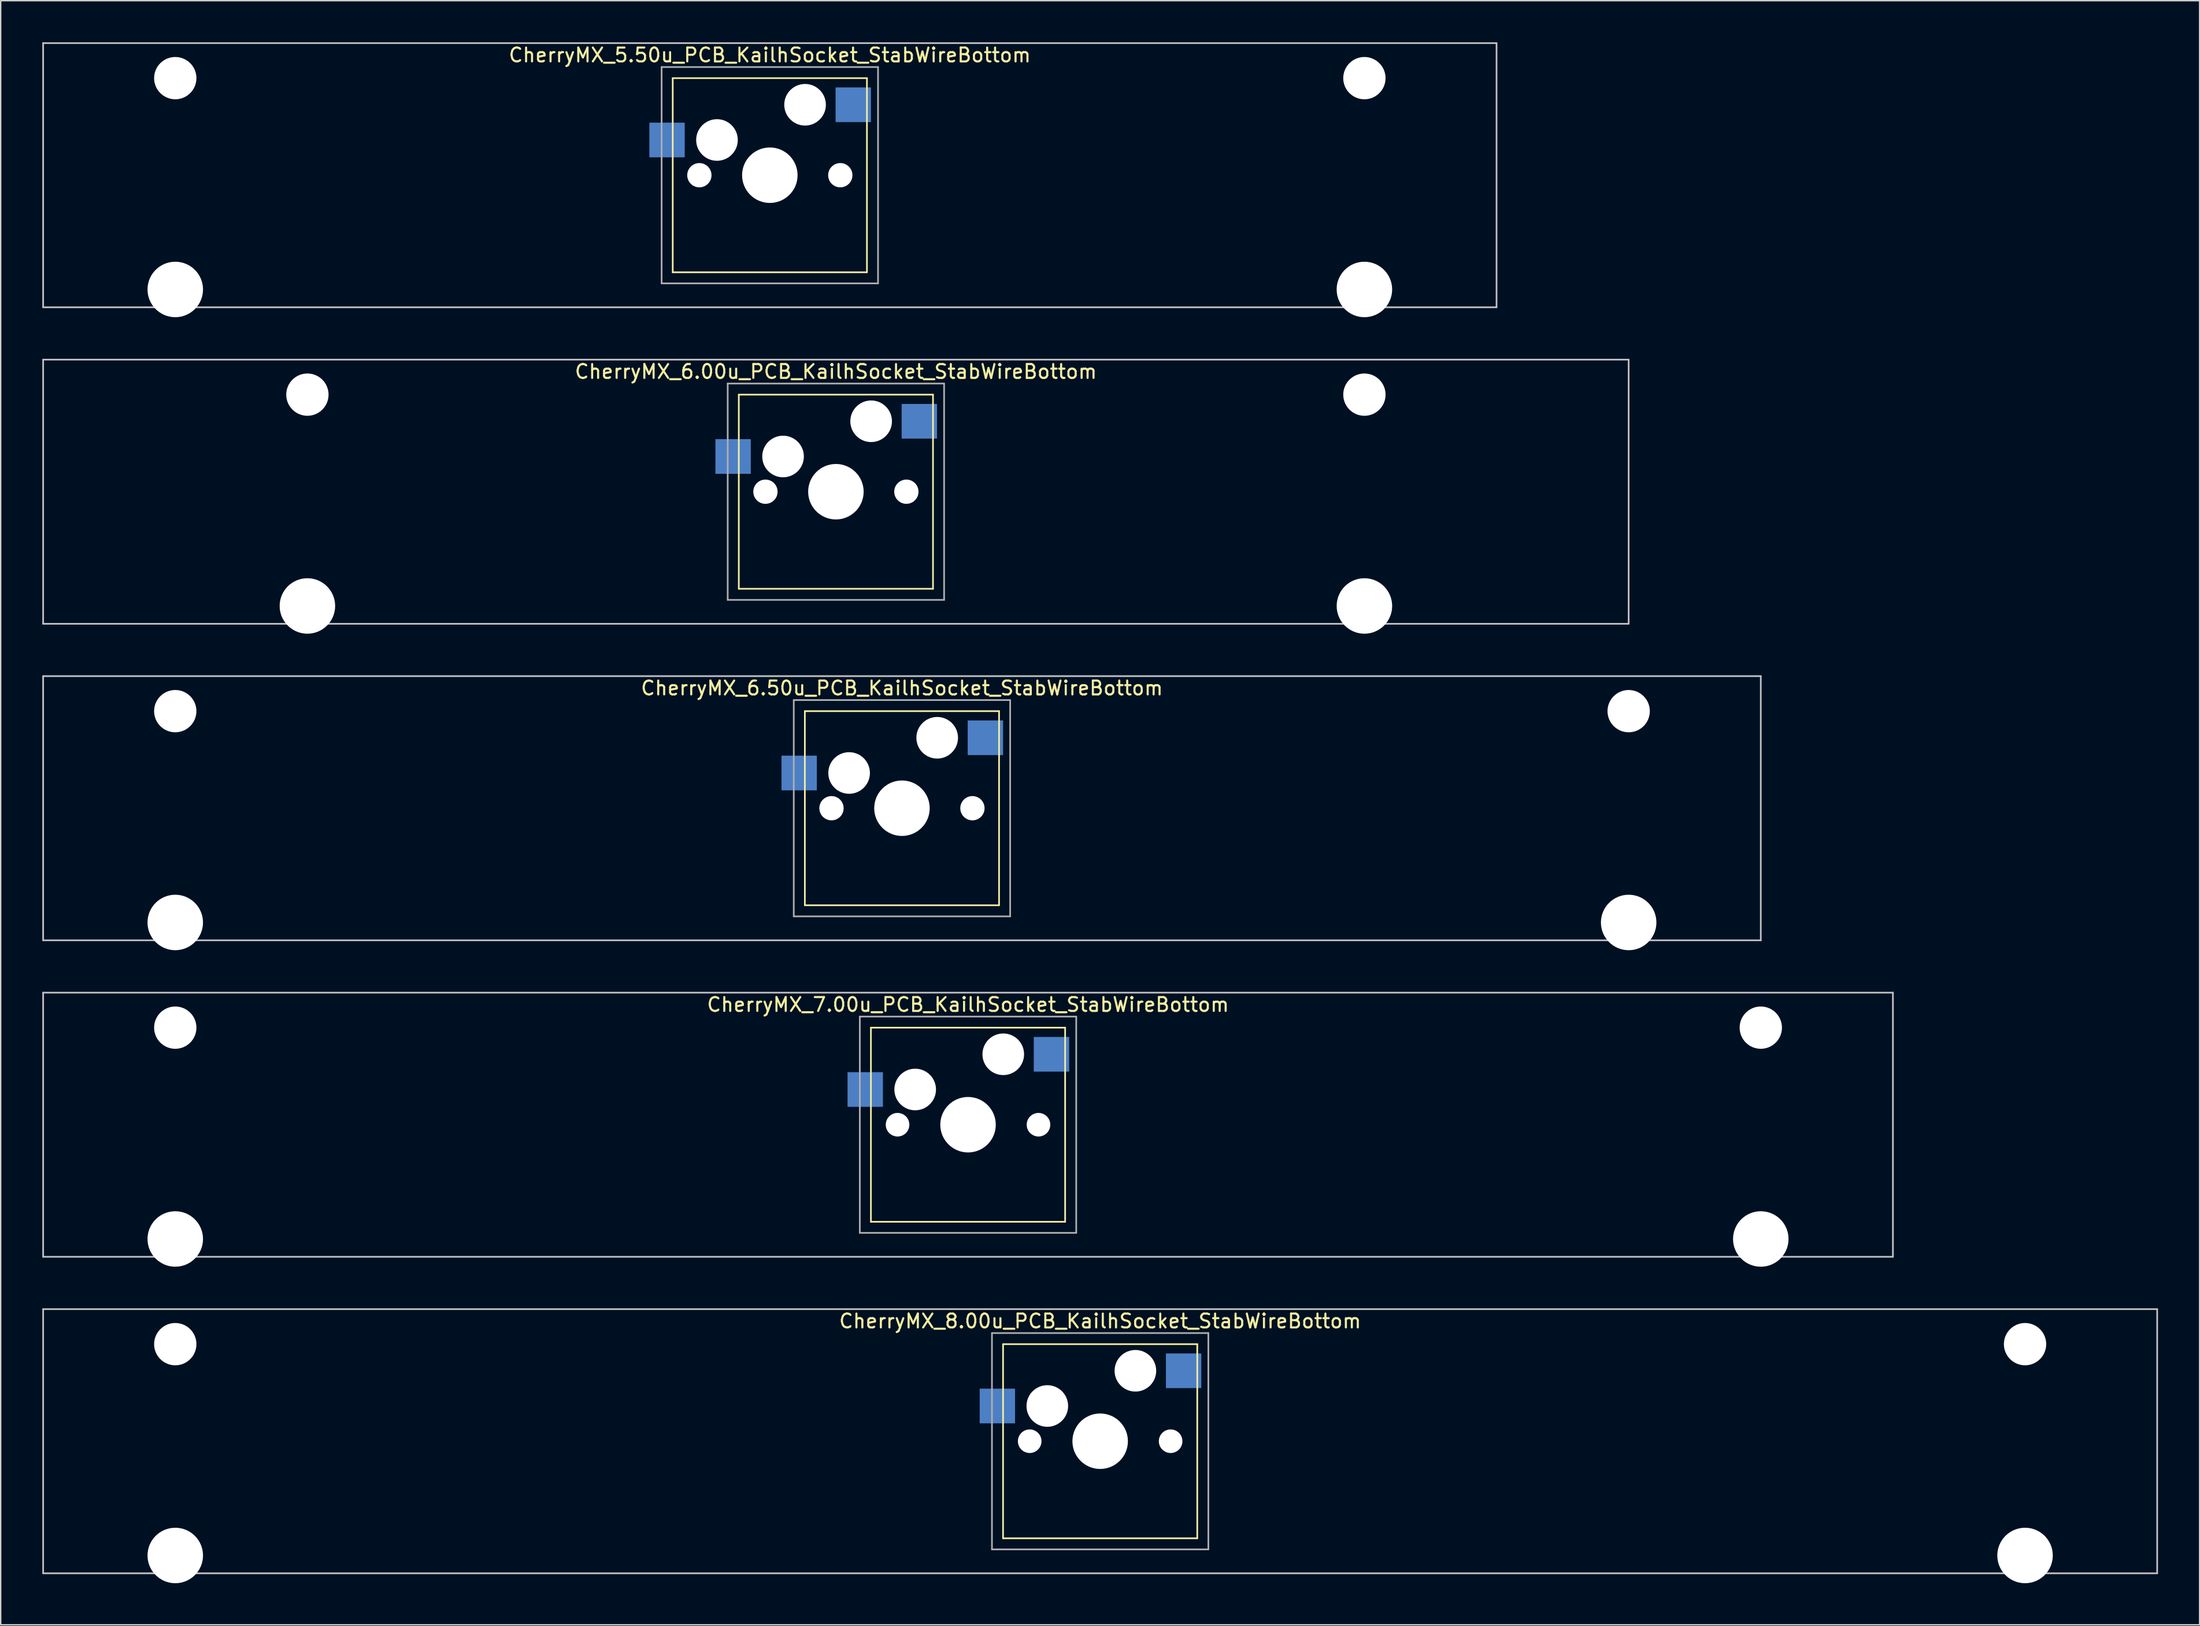
<source format=kicad_pcb>
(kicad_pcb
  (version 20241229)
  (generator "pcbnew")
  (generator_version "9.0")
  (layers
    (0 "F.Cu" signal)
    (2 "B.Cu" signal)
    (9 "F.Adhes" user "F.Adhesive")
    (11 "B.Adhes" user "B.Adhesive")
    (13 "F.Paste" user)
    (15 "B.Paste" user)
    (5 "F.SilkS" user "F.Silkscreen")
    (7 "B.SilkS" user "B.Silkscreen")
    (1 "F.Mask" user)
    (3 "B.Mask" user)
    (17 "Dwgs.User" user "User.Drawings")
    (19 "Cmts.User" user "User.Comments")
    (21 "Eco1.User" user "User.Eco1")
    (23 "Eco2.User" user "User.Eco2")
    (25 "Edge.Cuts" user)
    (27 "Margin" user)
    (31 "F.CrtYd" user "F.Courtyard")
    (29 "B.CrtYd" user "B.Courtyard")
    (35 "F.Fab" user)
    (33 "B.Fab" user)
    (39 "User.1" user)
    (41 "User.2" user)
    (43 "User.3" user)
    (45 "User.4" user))
  (footprint "CherryMX_6.50u_PCB_KailhSocket_StabWireBottom"
    (layer "F.Cu")
    (at 61.972 55.235)
    (property "Reference" "CherryMX_6.50u_PCB_KailhSocket_StabWireBottom" (at 0 -8.662 0) (layer "F.SilkS") (effects (font (size 1 1) (thickness 0.15))))
    (attr through_hole)
    (fp_line (start -7 -7) (end -7 7) (stroke (width 0.12) (type solid)) (layer "F.SilkS"))
    (fp_line (start -7 -7) (end 7 -7) (stroke (width 0.12) (type solid)) (layer "F.SilkS"))
    (fp_line (start 7 -7) (end 7 7) (stroke (width 0.12) (type solid)) (layer "F.SilkS"))
    (fp_line (start 7 7) (end -7 7) (stroke (width 0.12) (type solid)) (layer "F.SilkS"))
    (fp_line (start -61.913 -9.525) (end 61.913 -9.525) (stroke (width 0.12) (type solid)) (layer "Dwgs.User"))
    (fp_line (start -61.913 9.525) (end -61.913 -9.525) (stroke (width 0.12) (type solid)) (layer "Dwgs.User"))
    (fp_line (start 61.913 -9.525) (end 61.913 9.525) (stroke (width 0.12) (type solid)) (layer "Dwgs.User"))
    (fp_line (start 61.913 9.525) (end -61.913 9.525) (stroke (width 0.12) (type solid)) (layer "Dwgs.User"))
    (fp_line (start -7.8 -7.8) (end -7.8 7.8) (stroke (width 0.12) (type solid)) (layer "F.Fab"))
    (fp_line (start -7.8 -7.8) (end 7.8 -7.8) (stroke (width 0.12) (type solid)) (layer "F.Fab"))
    (fp_line (start -7.8 7.8) (end 7.8 7.8) (stroke (width 0.12) (type solid)) (layer "F.Fab"))
    (fp_line (start 7.8 -7.8) (end 7.8 7.8) (stroke (width 0.12) (type solid)) (layer "F.Fab"))
    (pad "" np_thru_hole circle (at -52.388 -7) (size 3.05 3.05) (drill 3.05) (layers "*.Cu" "*.Mask"))
    (pad "" np_thru_hole circle (at -52.388 8.24) (size 4 4) (drill 4) (layers "*.Cu" "*.Mask"))
    (pad "" np_thru_hole circle (at -5.08 0) (size 1.75 1.75) (drill 1.75) (layers "*.Cu" "*.Mask"))
    (pad "" np_thru_hole circle (at -3.81 -2.54) (size 3 3) (drill 3) (layers "*.Cu" "*.Mask"))
    (pad "" np_thru_hole circle (at 0 0) (size 4 4) (drill 4) (layers "*.Cu" "*.Mask"))
    (pad "" np_thru_hole circle (at 2.54 -5.08) (size 3 3) (drill 3) (layers "*.Cu" "*.Mask"))
    (pad "" np_thru_hole circle (at 5.08 0) (size 1.75 1.75) (drill 1.75) (layers "*.Cu" "*.Mask"))
    (pad "" np_thru_hole circle (at 52.388 -7) (size 3.05 3.05) (drill 3.05) (layers "*.Cu" "*.Mask"))
    (pad "" np_thru_hole circle (at 52.388 8.24) (size 4 4) (drill 4) (layers "*.Cu" "*.Mask"))
    (pad "1" smd rect (at -7.41 -2.54) (size 2.55 2.5) (layers "B.Cu" "B.Mask" "B.Paste"))
    (pad "2" smd rect (at 6.015 -5.08) (size 2.55 2.5) (layers "B.Cu" "B.Mask" "B.Paste")))
  (footprint "CherryMX_6.00u_PCB_KailhSocket_StabWireBottom"
    (layer "F.Cu")
    (at 57.21 32.41)
    (property "Reference" "CherryMX_6.00u_PCB_KailhSocket_StabWireBottom" (at 0 -8.662 0) (layer "F.SilkS") (effects (font (size 1 1) (thickness 0.15))))
    (attr through_hole)
    (fp_line (start -7 -7) (end -7 7) (stroke (width 0.12) (type solid)) (layer "F.SilkS"))
    (fp_line (start -7 -7) (end 7 -7) (stroke (width 0.12) (type solid)) (layer "F.SilkS"))
    (fp_line (start 7 -7) (end 7 7) (stroke (width 0.12) (type solid)) (layer "F.SilkS"))
    (fp_line (start 7 7) (end -7 7) (stroke (width 0.12) (type solid)) (layer "F.SilkS"))
    (fp_line (start -57.15 -9.525) (end 57.15 -9.525) (stroke (width 0.12) (type solid)) (layer "Dwgs.User"))
    (fp_line (start -57.15 9.525) (end -57.15 -9.525) (stroke (width 0.12) (type solid)) (layer "Dwgs.User"))
    (fp_line (start 57.15 -9.525) (end 57.15 9.525) (stroke (width 0.12) (type solid)) (layer "Dwgs.User"))
    (fp_line (start 57.15 9.525) (end -57.15 9.525) (stroke (width 0.12) (type solid)) (layer "Dwgs.User"))
    (fp_line (start -7.8 -7.8) (end -7.8 7.8) (stroke (width 0.12) (type solid)) (layer "F.Fab"))
    (fp_line (start -7.8 -7.8) (end 7.8 -7.8) (stroke (width 0.12) (type solid)) (layer "F.Fab"))
    (fp_line (start -7.8 7.8) (end 7.8 7.8) (stroke (width 0.12) (type solid)) (layer "F.Fab"))
    (fp_line (start 7.8 -7.8) (end 7.8 7.8) (stroke (width 0.12) (type solid)) (layer "F.Fab"))
    (pad "" np_thru_hole circle (at -38.1 -7) (size 3.05 3.05) (drill 3.05) (layers "*.Cu" "*.Mask"))
    (pad "" np_thru_hole circle (at -38.1 8.24) (size 4 4) (drill 4) (layers "*.Cu" "*.Mask"))
    (pad "" np_thru_hole circle (at -5.08 0) (size 1.75 1.75) (drill 1.75) (layers "*.Cu" "*.Mask"))
    (pad "" np_thru_hole circle (at -3.81 -2.54) (size 3 3) (drill 3) (layers "*.Cu" "*.Mask"))
    (pad "" np_thru_hole circle (at 0 0) (size 4 4) (drill 4) (layers "*.Cu" "*.Mask"))
    (pad "" np_thru_hole circle (at 2.54 -5.08) (size 3 3) (drill 3) (layers "*.Cu" "*.Mask"))
    (pad "" np_thru_hole circle (at 5.08 0) (size 1.75 1.75) (drill 1.75) (layers "*.Cu" "*.Mask"))
    (pad "" np_thru_hole circle (at 38.1 -7) (size 3.05 3.05) (drill 3.05) (layers "*.Cu" "*.Mask"))
    (pad "" np_thru_hole circle (at 38.1 8.24) (size 4 4) (drill 4) (layers "*.Cu" "*.Mask"))
    (pad "1" smd rect (at -7.41 -2.54) (size 2.55 2.5) (layers "B.Cu" "B.Mask" "B.Paste"))
    (pad "2" smd rect (at 6.015 -5.08) (size 2.55 2.5) (layers "B.Cu" "B.Mask" "B.Paste")))
  (footprint "CherryMX_7.00u_PCB_KailhSocket_StabWireBottom"
    (layer "F.Cu")
    (at 66.735 78.06)
    (property "Reference" "CherryMX_7.00u_PCB_KailhSocket_StabWireBottom" (at 0 -8.662 0) (layer "F.SilkS") (effects (font (size 1 1) (thickness 0.15))))
    (attr through_hole)
    (fp_line (start -7 -7) (end -7 7) (stroke (width 0.12) (type solid)) (layer "F.SilkS"))
    (fp_line (start -7 -7) (end 7 -7) (stroke (width 0.12) (type solid)) (layer "F.SilkS"))
    (fp_line (start 7 -7) (end 7 7) (stroke (width 0.12) (type solid)) (layer "F.SilkS"))
    (fp_line (start 7 7) (end -7 7) (stroke (width 0.12) (type solid)) (layer "F.SilkS"))
    (fp_line (start -66.675 -9.525) (end 66.675 -9.525) (stroke (width 0.12) (type solid)) (layer "Dwgs.User"))
    (fp_line (start -66.675 9.525) (end -66.675 -9.525) (stroke (width 0.12) (type solid)) (layer "Dwgs.User"))
    (fp_line (start 66.675 -9.525) (end 66.675 9.525) (stroke (width 0.12) (type solid)) (layer "Dwgs.User"))
    (fp_line (start 66.675 9.525) (end -66.675 9.525) (stroke (width 0.12) (type solid)) (layer "Dwgs.User"))
    (fp_line (start -7.8 -7.8) (end -7.8 7.8) (stroke (width 0.12) (type solid)) (layer "F.Fab"))
    (fp_line (start -7.8 -7.8) (end 7.8 -7.8) (stroke (width 0.12) (type solid)) (layer "F.Fab"))
    (fp_line (start -7.8 7.8) (end 7.8 7.8) (stroke (width 0.12) (type solid)) (layer "F.Fab"))
    (fp_line (start 7.8 -7.8) (end 7.8 7.8) (stroke (width 0.12) (type solid)) (layer "F.Fab"))
    (pad "" np_thru_hole circle (at -57.15 -7) (size 3.05 3.05) (drill 3.05) (layers "*.Cu" "*.Mask"))
    (pad "" np_thru_hole circle (at -57.15 8.24) (size 4 4) (drill 4) (layers "*.Cu" "*.Mask"))
    (pad "" np_thru_hole circle (at -5.08 0) (size 1.7 1.7) (drill 1.7) (layers "*.Cu" "*.Mask"))
    (pad "" np_thru_hole circle (at -3.81 -2.54) (size 3 3) (drill 3) (layers "*.Cu" "*.Mask"))
    (pad "" np_thru_hole circle (at 0 0) (size 4 4) (drill 4) (layers "*.Cu" "*.Mask"))
    (pad "" np_thru_hole circle (at 2.54 -5.08) (size 3 3) (drill 3) (layers "*.Cu" "*.Mask"))
    (pad "" np_thru_hole circle (at 5.08 0) (size 1.7 1.7) (drill 1.7) (layers "*.Cu" "*.Mask"))
    (pad "" np_thru_hole circle (at 57.15 -7) (size 3.05 3.05) (drill 3.05) (layers "*.Cu" "*.Mask"))
    (pad "" np_thru_hole circle (at 57.15 8.24) (size 4 4) (drill 4) (layers "*.Cu" "*.Mask"))
    (pad "1" smd rect (at -7.41 -2.54) (size 2.55 2.5) (layers "B.Cu" "B.Mask" "B.Paste"))
    (pad "2" smd rect (at 6.015 -5.08) (size 2.55 2.5) (layers "B.Cu" "B.Mask" "B.Paste")))
  (footprint "CherryMX_5.50u_PCB_KailhSocket_StabWireBottom"
    (layer "F.Cu")
    (at 52.447 9.585)
    (property "Reference" "CherryMX_5.50u_PCB_KailhSocket_StabWireBottom" (at 0 -8.662 0) (layer "F.SilkS") (effects (font (size 1 1) (thickness 0.15))))
    (attr through_hole)
    (fp_line (start -7 -7) (end -7 7) (stroke (width 0.12) (type solid)) (layer "F.SilkS"))
    (fp_line (start -7 -7) (end 7 -7) (stroke (width 0.12) (type solid)) (layer "F.SilkS"))
    (fp_line (start 7 -7) (end 7 7) (stroke (width 0.12) (type solid)) (layer "F.SilkS"))
    (fp_line (start 7 7) (end -7 7) (stroke (width 0.12) (type solid)) (layer "F.SilkS"))
    (fp_line (start -52.388 -9.525) (end 52.388 -9.525) (stroke (width 0.12) (type solid)) (layer "Dwgs.User"))
    (fp_line (start -52.388 9.525) (end -52.388 -9.525) (stroke (width 0.12) (type solid)) (layer "Dwgs.User"))
    (fp_line (start 52.388 -9.525) (end 52.388 9.525) (stroke (width 0.12) (type solid)) (layer "Dwgs.User"))
    (fp_line (start 52.388 9.525) (end -52.388 9.525) (stroke (width 0.12) (type solid)) (layer "Dwgs.User"))
    (fp_line (start -7.8 -7.8) (end -7.8 7.8) (stroke (width 0.12) (type solid)) (layer "F.Fab"))
    (fp_line (start -7.8 -7.8) (end 7.8 -7.8) (stroke (width 0.12) (type solid)) (layer "F.Fab"))
    (fp_line (start -7.8 7.8) (end 7.8 7.8) (stroke (width 0.12) (type solid)) (layer "F.Fab"))
    (fp_line (start 7.8 -7.8) (end 7.8 7.8) (stroke (width 0.12) (type solid)) (layer "F.Fab"))
    (pad "" np_thru_hole circle (at -42.862 -7) (size 3.05 3.05) (drill 3.05) (layers "*.Cu" "*.Mask"))
    (pad "" np_thru_hole circle (at -42.862 8.24) (size 4 4) (drill 4) (layers "*.Cu" "*.Mask"))
    (pad "" np_thru_hole circle (at -5.08 0) (size 1.75 1.75) (drill 1.75) (layers "*.Cu" "*.Mask"))
    (pad "" np_thru_hole circle (at -3.81 -2.54) (size 3 3) (drill 3) (layers "*.Cu" "*.Mask"))
    (pad "" np_thru_hole circle (at 0 0) (size 4 4) (drill 4) (layers "*.Cu" "*.Mask"))
    (pad "" np_thru_hole circle (at 2.54 -5.08) (size 3 3) (drill 3) (layers "*.Cu" "*.Mask"))
    (pad "" np_thru_hole circle (at 5.08 0) (size 1.75 1.75) (drill 1.75) (layers "*.Cu" "*.Mask"))
    (pad "" np_thru_hole circle (at 42.862 -7) (size 3.05 3.05) (drill 3.05) (layers "*.Cu" "*.Mask"))
    (pad "" np_thru_hole circle (at 42.862 8.24) (size 4 4) (drill 4) (layers "*.Cu" "*.Mask"))
    (pad "1" smd rect (at -7.41 -2.54) (size 2.55 2.5) (layers "B.Cu" "B.Mask" "B.Paste"))
    (pad "2" smd rect (at 6.015 -5.08) (size 2.55 2.5) (layers "B.Cu" "B.Mask" "B.Paste")))
  (footprint "CherryMX_8.00u_PCB_KailhSocket_StabWireBottom"
    (layer "F.Cu")
    (at 76.26 100.885)
    (property "Reference" "CherryMX_8.00u_PCB_KailhSocket_StabWireBottom" (at 0 -8.662 0) (layer "F.SilkS") (effects (font (size 1 1) (thickness 0.15))))
    (attr through_hole)
    (fp_line (start -7 -7) (end -7 7) (stroke (width 0.12) (type solid)) (layer "F.SilkS"))
    (fp_line (start -7 -7) (end 7 -7) (stroke (width 0.12) (type solid)) (layer "F.SilkS"))
    (fp_line (start 7 -7) (end 7 7) (stroke (width 0.12) (type solid)) (layer "F.SilkS"))
    (fp_line (start 7 7) (end -7 7) (stroke (width 0.12) (type solid)) (layer "F.SilkS"))
    (fp_line (start -76.2 -9.525) (end 76.2 -9.525) (stroke (width 0.12) (type solid)) (layer "Dwgs.User"))
    (fp_line (start -76.2 9.525) (end -76.2 -9.525) (stroke (width 0.12) (type solid)) (layer "Dwgs.User"))
    (fp_line (start 76.2 -9.525) (end 76.2 9.525) (stroke (width 0.12) (type solid)) (layer "Dwgs.User"))
    (fp_line (start 76.2 9.525) (end -76.2 9.525) (stroke (width 0.12) (type solid)) (layer "Dwgs.User"))
    (fp_line (start -7.8 -7.8) (end -7.8 7.8) (stroke (width 0.12) (type solid)) (layer "F.Fab"))
    (fp_line (start -7.8 -7.8) (end 7.8 -7.8) (stroke (width 0.12) (type solid)) (layer "F.Fab"))
    (fp_line (start -7.8 7.8) (end 7.8 7.8) (stroke (width 0.12) (type solid)) (layer "F.Fab"))
    (fp_line (start 7.8 -7.8) (end 7.8 7.8) (stroke (width 0.12) (type solid)) (layer "F.Fab"))
    (pad "" np_thru_hole circle (at -66.675 -7) (size 3.05 3.05) (drill 3.05) (layers "*.Cu" "*.Mask"))
    (pad "" np_thru_hole circle (at -66.675 8.24) (size 4 4) (drill 4) (layers "*.Cu" "*.Mask"))
    (pad "" np_thru_hole circle (at -5.08 0) (size 1.7 1.7) (drill 1.7) (layers "*.Cu" "*.Mask"))
    (pad "" np_thru_hole circle (at -3.81 -2.54) (size 3 3) (drill 3) (layers "*.Cu" "*.Mask"))
    (pad "" np_thru_hole circle (at 0 0) (size 4 4) (drill 4) (layers "*.Cu" "*.Mask"))
    (pad "" np_thru_hole circle (at 2.54 -5.08) (size 3 3) (drill 3) (layers "*.Cu" "*.Mask"))
    (pad "" np_thru_hole circle (at 5.08 0) (size 1.7 1.7) (drill 1.7) (layers "*.Cu" "*.Mask"))
    (pad "" np_thru_hole circle (at 66.675 -7) (size 3.05 3.05) (drill 3.05) (layers "*.Cu" "*.Mask"))
    (pad "" np_thru_hole circle (at 66.675 8.24) (size 4 4) (drill 4) (layers "*.Cu" "*.Mask"))
    (pad "1" smd rect (at -7.41 -2.54) (size 2.55 2.5) (layers "B.Cu" "B.Mask" "B.Paste"))
    (pad "2" smd rect (at 6.015 -5.08) (size 2.55 2.5) (layers "B.Cu" "B.Mask" "B.Paste")))
  (gr_rect
    (start -3 -3)
    (end 155.52 114.125)
    (stroke (width 0.1) (type default))
    (fill no)
    (layer "Edge.Cuts")))
</source>
